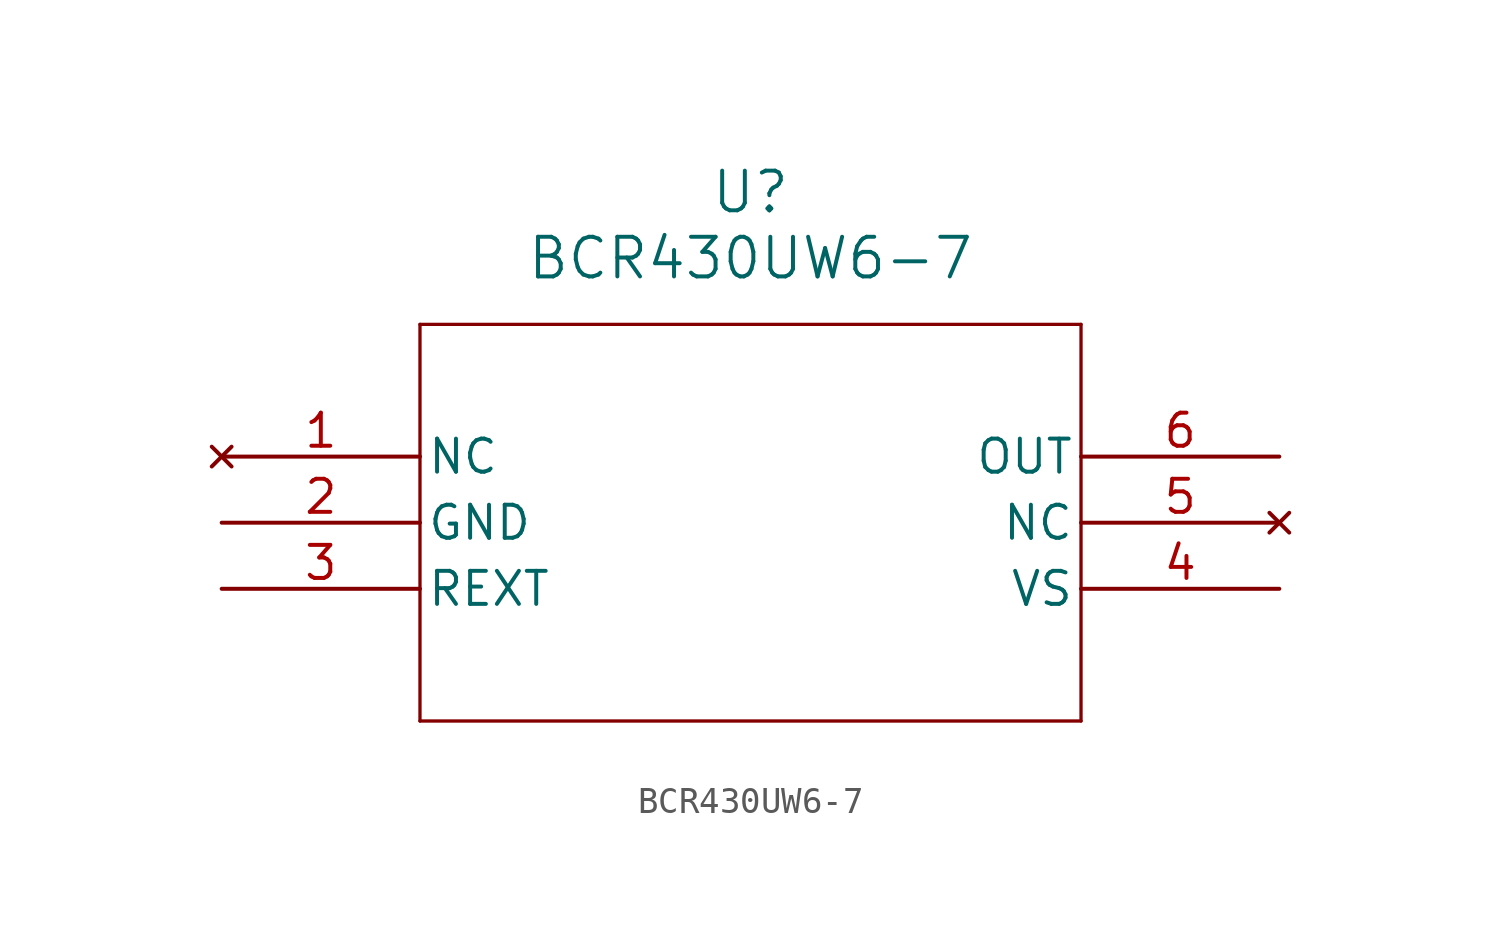
<source format=kicad_sym>
(kicad_symbol_lib
  (version 20211014)
  (generator kicad_symbol_editor)
  (symbol "BCR430UW6-7"
    (pin_names
      (offset 0.254))
    (property "Reference" "U"
      (at 20.32 10.16 0)
      (effects (font (size 1.524 1.524))))
    (property "Value" "BCR430UW6-7"
      (at 20.32 7.62 0)
      (effects (font (size 1.524 1.524))))
    (symbol "BCR430UW6-7_0_1"
      (polyline (pts (xy 7.62 5.08) (xy 7.62 -10.16)) (stroke (width 0.127) (type default) (color 0 0 0 0)) (fill (type none)))
      (polyline (pts (xy 7.62 -10.16) (xy 33.02 -10.16)) (stroke (width 0.127) (type default) (color 0 0 0 0)) (fill (type none)))
      (polyline (pts (xy 33.02 -10.16) (xy 33.02 5.08)) (stroke (width 0.127) (type default) (color 0 0 0 0)) (fill (type none)))
      (polyline (pts (xy 33.02 5.08) (xy 7.62 5.08)) (stroke (width 0.127) (type default) (color 0 0 0 0)) (fill (type none)))
      (pin no_connect line (at 0 0 0) (length 7.62) (name "NC" (effects (font (size 1.27 1.27)))) (number "1" (effects (font (size 1.27 1.27)))))
      (pin power_out line (at 0 -2.54 0) (length 7.62) (name "GND" (effects (font (size 1.27 1.27)))) (number "2" (effects (font (size 1.27 1.27)))))
      (pin output line (at 0 -5.08 0) (length 7.62) (name "REXT" (effects (font (size 1.27 1.27)))) (number "3" (effects (font (size 1.27 1.27)))))
      (pin power_in line (at 40.64 -5.08 180) (length 7.62) (name "VS" (effects (font (size 1.27 1.27)))) (number "4" (effects (font (size 1.27 1.27)))))
      (pin no_connect line (at 40.64 -2.54 180) (length 7.62) (name "NC" (effects (font (size 1.27 1.27)))) (number "5" (effects (font (size 1.27 1.27)))))
      (pin output line (at 40.64 0 180) (length 7.62) (name "OUT" (effects (font (size 1.27 1.27)))) (number "6" (effects (font (size 1.27 1.27))))))))
</source>
